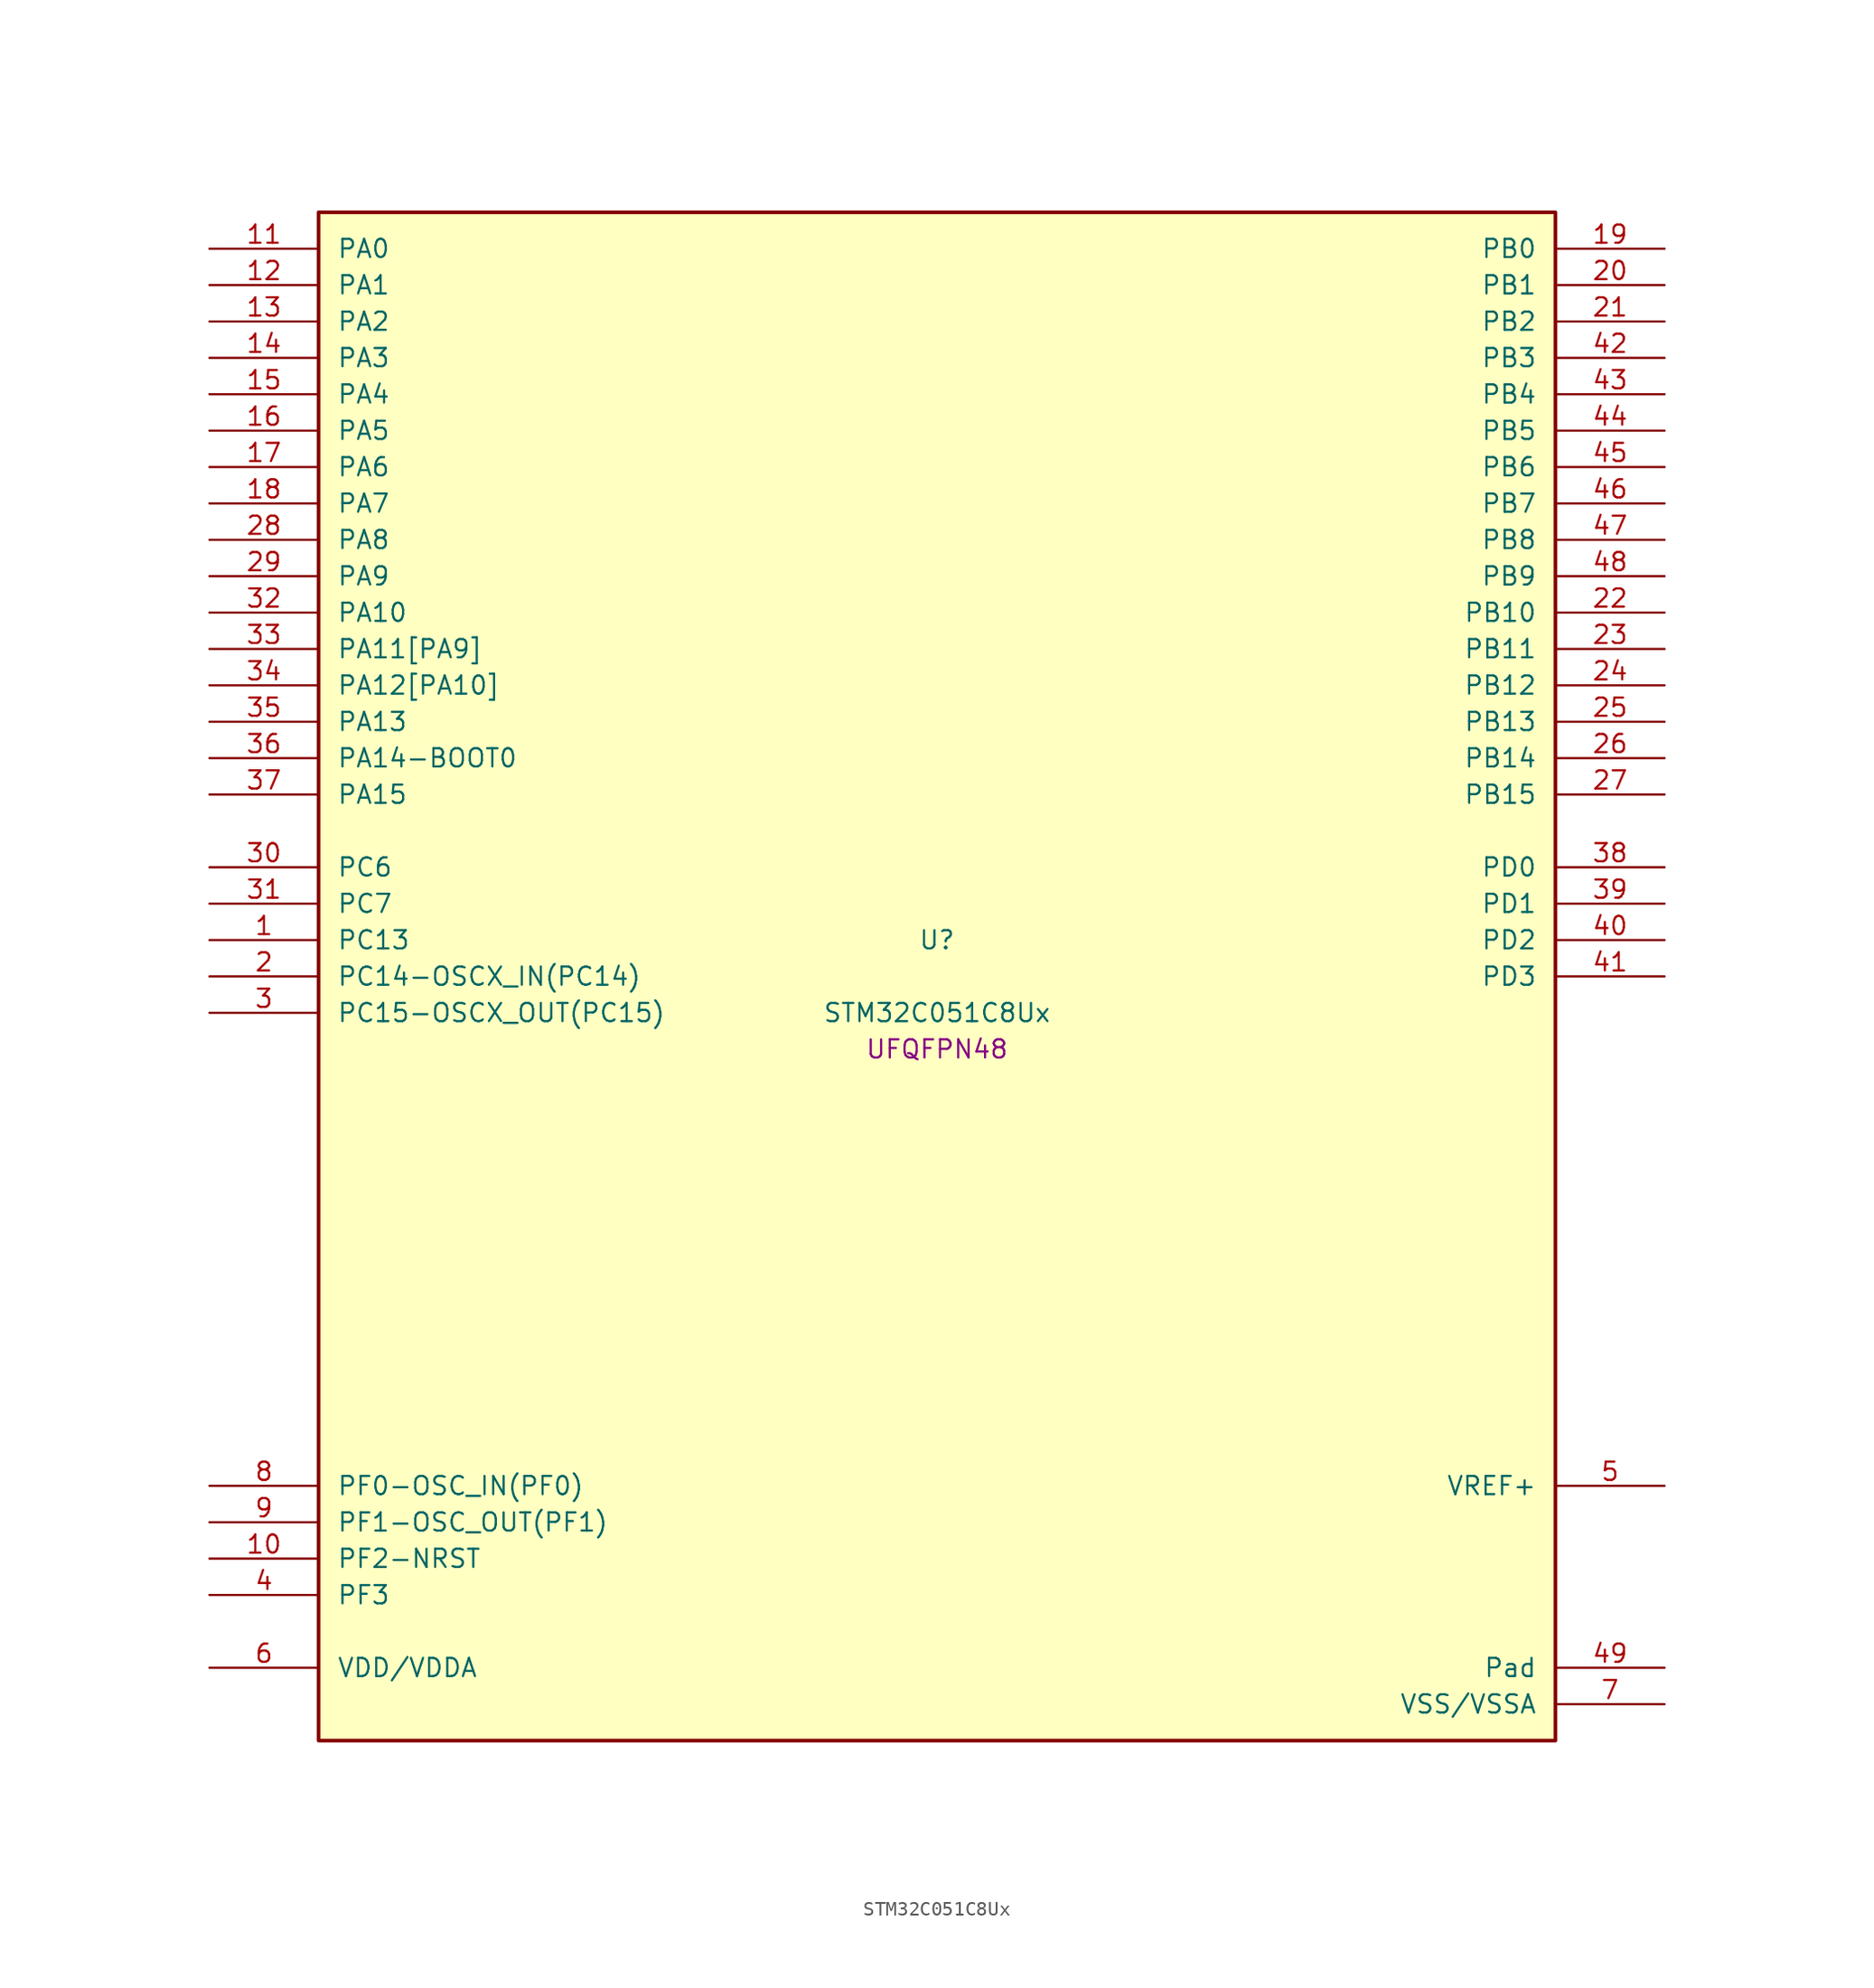
<source format=kicad_sym>
(kicad_symbol_lib
  (version 20241209)
  (generator "stm32_pkl_generator")
  (generator_version "1.0")
  (symbol "STM32C051C8Ux"
    (pin_names
      (offset 1.27))
    (property "Reference" "U"
      (at 0 2.54 0))
    (property "Value" "STM32C051C8Ux"
      (at 0 -2.54 0))
    (property "Footprint" "UFQFPN48"
      (at 0 -5.08 0))
    (symbol "STM32C051C8Ux_1_1"
      (rectangle (start -43.18 53.34) (end 43.18 -53.34) (stroke (width 0.254) (type solid)) (fill (type background)))
      (pin bidirectional line (at -50.8 50.8 0) (length 7.62) (name "PA0") (number "11") (alternate "PA0/ADC1_IN0" bidirectional line) (alternate "PA0/PWR_WKUP1" bidirectional line) (alternate "PA0/SPI2_SCK" bidirectional line) (alternate "PA0/TIM16_CH1" bidirectional line) (alternate "PA0/TIM1_CH1" bidirectional line) (alternate "PA0/TIM2_CH1" bidirectional line) (alternate "PA0/TIM2_ETR" bidirectional line) (alternate "PA0/USART1_TX" bidirectional line) (alternate "PA0/USART2_CTS" bidirectional line) (alternate "PA0/USART2_NSS" bidirectional line))
      (pin bidirectional line (at -50.8 48.26 0) (length 7.62) (name "PA1") (number "12") (alternate "PA1/ADC1_IN1" bidirectional line) (alternate "PA1/I2C1_SMBA" bidirectional line) (alternate "PA1/I2S1_CK" bidirectional line) (alternate "PA1/SPI1_SCK" bidirectional line) (alternate "PA1/TIM17_CH1" bidirectional line) (alternate "PA1/TIM1_CH2" bidirectional line) (alternate "PA1/TIM2_CH2" bidirectional line) (alternate "PA1/USART1_RX" bidirectional line) (alternate "PA1/USART2_CK" bidirectional line) (alternate "PA1/USART2_DE" bidirectional line) (alternate "PA1/USART2_RTS" bidirectional line))
      (pin bidirectional line (at -50.8 45.72 0) (length 7.62) (name "PA2") (number "13") (alternate "PA2/ADC1_IN2" bidirectional line) (alternate "PA2/I2S1_SD" bidirectional line) (alternate "PA2/PWR_WKUP4" bidirectional line) (alternate "PA2/RCC_LSCO" bidirectional line) (alternate "PA2/SPI1_MOSI" bidirectional line) (alternate "PA2/TIM16_CH1N" bidirectional line) (alternate "PA2/TIM1_CH3" bidirectional line) (alternate "PA2/TIM2_CH3" bidirectional line) (alternate "PA2/TIM3_ETR" bidirectional line) (alternate "PA2/USART2_TX" bidirectional line))
      (pin bidirectional line (at -50.8 43.18 0) (length 7.62) (name "PA3") (number "14") (alternate "PA3/ADC1_IN3" bidirectional line) (alternate "PA3/SPI2_MISO" bidirectional line) (alternate "PA3/TIM1_CH1N" bidirectional line) (alternate "PA3/TIM1_CH4" bidirectional line) (alternate "PA3/TIM2_CH4" bidirectional line) (alternate "PA3/USART2_RX" bidirectional line))
      (pin bidirectional line (at -50.8 40.64 0) (length 7.62) (name "PA4") (number "15") (alternate "PA4/ADC1_IN4" bidirectional line) (alternate "PA4/I2S1_WS" bidirectional line) (alternate "PA4/RTC_OUT2" bidirectional line) (alternate "PA4/SPI1_NSS" bidirectional line) (alternate "PA4/SPI2_MOSI" bidirectional line) (alternate "PA4/TIM14_CH1" bidirectional line) (alternate "PA4/TIM17_CH1N" bidirectional line) (alternate "PA4/TIM1_CH2N" bidirectional line) (alternate "PA4/USART2_TX" bidirectional line))
      (pin bidirectional line (at -50.8 38.1 0) (length 7.62) (name "PA5") (number "16") (alternate "PA5/ADC1_IN5" bidirectional line) (alternate "PA5/I2S1_CK" bidirectional line) (alternate "PA5/SPI1_SCK" bidirectional line) (alternate "PA5/TIM1_CH1" bidirectional line) (alternate "PA5/TIM1_CH3N" bidirectional line) (alternate "PA5/TIM2_CH1" bidirectional line) (alternate "PA5/TIM2_ETR" bidirectional line) (alternate "PA5/USART2_RX" bidirectional line))
      (pin bidirectional line (at -50.8 35.56 0) (length 7.62) (name "PA6") (number "17") (alternate "PA6/ADC1_IN6" bidirectional line) (alternate "PA6/I2C2_SDA" bidirectional line) (alternate "PA6/I2S1_MCK" bidirectional line) (alternate "PA6/SPI1_MISO" bidirectional line) (alternate "PA6/TIM16_CH1" bidirectional line) (alternate "PA6/TIM1_BKIN" bidirectional line) (alternate "PA6/TIM3_CH1" bidirectional line) (alternate "PA6/USART1_TX" bidirectional line))
      (pin bidirectional line (at -50.8 33.02 0) (length 7.62) (name "PA7") (number "18") (alternate "PA7/ADC1_IN7" bidirectional line) (alternate "PA7/I2C2_SCL" bidirectional line) (alternate "PA7/I2S1_SD" bidirectional line) (alternate "PA7/SPI1_MOSI" bidirectional line) (alternate "PA7/TIM14_CH1" bidirectional line) (alternate "PA7/TIM17_CH1" bidirectional line) (alternate "PA7/TIM1_CH1N" bidirectional line) (alternate "PA7/TIM3_CH2" bidirectional line) (alternate "PA7/USART1_RX" bidirectional line))
      (pin bidirectional line (at -50.8 30.48 0) (length 7.62) (name "PA8") (number "28") (alternate "PA8/ADC1_IN8" bidirectional line) (alternate "PA8/I2S1_WS" bidirectional line) (alternate "PA8/RCC_MCO" bidirectional line) (alternate "PA8/RCC_MCO_2" bidirectional line) (alternate "PA8/SPI1_NSS" bidirectional line) (alternate "PA8/SPI2_MISO" bidirectional line) (alternate "PA8/SPI2_NSS" bidirectional line) (alternate "PA8/TIM14_CH1" bidirectional line) (alternate "PA8/TIM1_CH1" bidirectional line) (alternate "PA8/TIM1_CH2N" bidirectional line) (alternate "PA8/TIM1_CH3N" bidirectional line) (alternate "PA8/TIM3_CH3" bidirectional line) (alternate "PA8/TIM3_CH4" bidirectional line) (alternate "PA8/USART1_RX" bidirectional line) (alternate "PA8/USART2_TX" bidirectional line))
      (pin bidirectional line (at -50.8 27.94 0) (length 7.62) (name "PA9") (number "29") (alternate "PA9/I2C1_SCL" bidirectional line) (alternate "PA9/I2C2_SCL" bidirectional line) (alternate "PA9/RCC_MCO" bidirectional line) (alternate "PA9/SPI2_MISO" bidirectional line) (alternate "PA9/TIM1_CH2" bidirectional line) (alternate "PA9/TIM3_ETR" bidirectional line) (alternate "PA9/USART1_TX" bidirectional line) (alternate "PA9/NC" bidirectional line))
      (pin bidirectional line (at -50.8 25.4 0) (length 7.62) (name "PA10") (number "32") (alternate "PA10/I2C1_SDA" bidirectional line) (alternate "PA10/I2C2_SDA" bidirectional line) (alternate "PA10/RCC_MCO_2" bidirectional line) (alternate "PA10/SPI2_MOSI" bidirectional line) (alternate "PA10/TIM17_BKIN" bidirectional line) (alternate "PA10/TIM1_CH3" bidirectional line) (alternate "PA10/USART1_RX" bidirectional line) (alternate "PA10/NC" bidirectional line))
      (pin bidirectional line (at -50.8 22.86 0) (length 7.62) (name "PA11[PA9]") (number "33") (alternate "PA11[PA9]/ADC1_EXTI11" bidirectional line) (alternate "PA11[PA9]/ADC1_IN11" bidirectional line) (alternate "PA11[PA9]/I2C2_SCL" bidirectional line) (alternate "PA11[PA9]/I2S1_MCK" bidirectional line) (alternate "PA11[PA9]/SPI1_MISO" bidirectional line) (alternate "PA11[PA9]/TIM1_BKIN2" bidirectional line) (alternate "PA11[PA9]/TIM1_CH4" bidirectional line) (alternate "PA11[PA9]/USART1_CTS" bidirectional line) (alternate "PA11[PA9]/USART1_NSS" bidirectional line) (alternate "PA11[PA9]/PA9[PA11]" bidirectional line) (alternate "PA11[PA9]/I2C1_SCL" bidirectional line) (alternate "PA11[PA9]/RCC_MCO" bidirectional line) (alternate "PA11[PA9]/SPI2_MISO" bidirectional line) (alternate "PA11[PA9]/TIM1_CH2" bidirectional line) (alternate "PA11[PA9]/TIM3_ETR" bidirectional line) (alternate "PA11[PA9]/USART1_TX" bidirectional line))
      (pin bidirectional line (at -50.8 20.32 0) (length 7.62) (name "PA12[PA10]") (number "34") (alternate "PA12[PA10]/ADC1_IN12" bidirectional line) (alternate "PA12[PA10]/I2C2_SDA" bidirectional line) (alternate "PA12[PA10]/I2S1_SD" bidirectional line) (alternate "PA12[PA10]/I2S_CKIN" bidirectional line) (alternate "PA12[PA10]/SPI1_MOSI" bidirectional line) (alternate "PA12[PA10]/TIM1_ETR" bidirectional line) (alternate "PA12[PA10]/USART1_CK" bidirectional line) (alternate "PA12[PA10]/USART1_DE" bidirectional line) (alternate "PA12[PA10]/USART1_RTS" bidirectional line) (alternate "PA12[PA10]/PA10[PA12]" bidirectional line) (alternate "PA12[PA10]/I2C1_SDA" bidirectional line) (alternate "PA12[PA10]/RCC_MCO_2" bidirectional line) (alternate "PA12[PA10]/SPI2_MOSI" bidirectional line) (alternate "PA12[PA10]/TIM17_BKIN" bidirectional line) (alternate "PA12[PA10]/TIM1_CH3" bidirectional line) (alternate "PA12[PA10]/USART1_RX" bidirectional line))
      (pin bidirectional line (at -50.8 17.78 0) (length 7.62) (name "PA13") (number "35") (alternate "PA13/ADC1_IN13" bidirectional line) (alternate "PA13/DEBUG_SWDIO" bidirectional line) (alternate "PA13/IR_OUT" bidirectional line) (alternate "PA13/TIM3_ETR" bidirectional line) (alternate "PA13/USART2_RX" bidirectional line))
      (pin bidirectional line (at -50.8 15.24 0) (length 7.62) (name "PA14-BOOT0") (number "36") (alternate "PA14-BOOT0/ADC1_IN14" bidirectional line) (alternate "PA14-BOOT0/BOOT0" bidirectional line) (alternate "PA14-BOOT0/DEBUG_SWCLK" bidirectional line) (alternate "PA14-BOOT0/I2S1_WS" bidirectional line) (alternate "PA14-BOOT0/RCC_MCO_2" bidirectional line) (alternate "PA14-BOOT0/SPI1_NSS" bidirectional line) (alternate "PA14-BOOT0/TIM1_CH1" bidirectional line) (alternate "PA14-BOOT0/USART1_CK" bidirectional line) (alternate "PA14-BOOT0/USART1_DE" bidirectional line) (alternate "PA14-BOOT0/USART1_RTS" bidirectional line) (alternate "PA14-BOOT0/USART2_RX" bidirectional line) (alternate "PA14-BOOT0/USART2_TX" bidirectional line))
      (pin bidirectional line (at -50.8 12.7 0) (length 7.62) (name "PA15") (number "37") (alternate "PA15/I2S1_WS" bidirectional line) (alternate "PA15/RCC_MCO_2" bidirectional line) (alternate "PA15/SPI1_NSS" bidirectional line) (alternate "PA15/TIM1_CH1" bidirectional line) (alternate "PA15/TIM2_CH1" bidirectional line) (alternate "PA15/TIM2_ETR" bidirectional line) (alternate "PA15/USART1_CK" bidirectional line) (alternate "PA15/USART1_DE" bidirectional line) (alternate "PA15/USART1_RTS" bidirectional line) (alternate "PA15/USART2_RX" bidirectional line))
      (pin bidirectional line (at 50.8 50.8 180) (length 7.62) (name "PB0") (number "19") (alternate "PB0/ADC1_IN17" bidirectional line) (alternate "PB0/I2S1_WS" bidirectional line) (alternate "PB0/SPI1_NSS" bidirectional line) (alternate "PB0/TIM1_CH2N" bidirectional line) (alternate "PB0/TIM3_CH3" bidirectional line))
      (pin bidirectional line (at 50.8 48.26 180) (length 7.62) (name "PB1") (number "20") (alternate "PB1/ADC1_IN18" bidirectional line) (alternate "PB1/TIM14_CH1" bidirectional line) (alternate "PB1/TIM1_CH2N" bidirectional line) (alternate "PB1/TIM1_CH3N" bidirectional line) (alternate "PB1/TIM3_CH4" bidirectional line))
      (pin bidirectional line (at 50.8 45.72 180) (length 7.62) (name "PB2") (number "21") (alternate "PB2/ADC1_IN19" bidirectional line) (alternate "PB2/RCC_MCO_2" bidirectional line) (alternate "PB2/SPI2_MISO" bidirectional line) (alternate "PB2/USART1_RX" bidirectional line))
      (pin bidirectional line (at 50.8 43.18 180) (length 7.62) (name "PB3") (number "42") (alternate "PB3/I2C2_SCL" bidirectional line) (alternate "PB3/I2S1_CK" bidirectional line) (alternate "PB3/SPI1_SCK" bidirectional line) (alternate "PB3/TIM1_CH2" bidirectional line) (alternate "PB3/TIM2_CH2" bidirectional line) (alternate "PB3/TIM3_CH2" bidirectional line) (alternate "PB3/USART1_CK" bidirectional line) (alternate "PB3/USART1_DE" bidirectional line) (alternate "PB3/USART1_RTS" bidirectional line))
      (pin bidirectional line (at 50.8 40.64 180) (length 7.62) (name "PB4") (number "43") (alternate "PB4/I2C2_SDA" bidirectional line) (alternate "PB4/I2S1_MCK" bidirectional line) (alternate "PB4/SPI1_MISO" bidirectional line) (alternate "PB4/TIM17_BKIN" bidirectional line) (alternate "PB4/TIM3_CH1" bidirectional line) (alternate "PB4/USART1_CTS" bidirectional line) (alternate "PB4/USART1_NSS" bidirectional line))
      (pin bidirectional line (at 50.8 38.1 180) (length 7.62) (name "PB5") (number "44") (alternate "PB5/I2C1_SMBA" bidirectional line) (alternate "PB5/I2S1_SD" bidirectional line) (alternate "PB5/PWR_WKUP6" bidirectional line) (alternate "PB5/SPI1_MOSI" bidirectional line) (alternate "PB5/TIM16_BKIN" bidirectional line) (alternate "PB5/TIM3_CH2" bidirectional line) (alternate "PB5/TIM3_CH3" bidirectional line))
      (pin bidirectional line (at 50.8 35.56 180) (length 7.62) (name "PB6") (number "45") (alternate "PB6/I2C1_SCL" bidirectional line) (alternate "PB6/I2C1_SMBA" bidirectional line) (alternate "PB6/I2S1_CK" bidirectional line) (alternate "PB6/I2S1_MCK" bidirectional line) (alternate "PB6/I2S1_SD" bidirectional line) (alternate "PB6/PWR_WKUP3" bidirectional line) (alternate "PB6/SPI1_MISO" bidirectional line) (alternate "PB6/SPI1_MOSI" bidirectional line) (alternate "PB6/SPI1_SCK" bidirectional line) (alternate "PB6/SPI2_MISO" bidirectional line) (alternate "PB6/TIM16_BKIN" bidirectional line) (alternate "PB6/TIM16_CH1N" bidirectional line) (alternate "PB6/TIM17_BKIN" bidirectional line) (alternate "PB6/TIM1_CH2" bidirectional line) (alternate "PB6/TIM1_CH3" bidirectional line) (alternate "PB6/TIM3_CH1" bidirectional line) (alternate "PB6/TIM3_CH2" bidirectional line) (alternate "PB6/TIM3_CH3" bidirectional line) (alternate "PB6/USART1_CTS" bidirectional line) (alternate "PB6/USART1_NSS" bidirectional line) (alternate "PB6/USART1_TX" bidirectional line))
      (pin bidirectional line (at 50.8 33.02 180) (length 7.62) (name "PB7") (number "46") (alternate "PB7/I2C1_SCL" bidirectional line) (alternate "PB7/I2C1_SDA" bidirectional line) (alternate "PB7/SPI2_MOSI" bidirectional line) (alternate "PB7/TIM16_CH1" bidirectional line) (alternate "PB7/TIM17_CH1N" bidirectional line) (alternate "PB7/TIM1_CH1" bidirectional line) (alternate "PB7/TIM1_CH4" bidirectional line) (alternate "PB7/TIM3_CH1" bidirectional line) (alternate "PB7/TIM3_CH4" bidirectional line) (alternate "PB7/USART1_RX" bidirectional line) (alternate "PB7/USART2_CTS" bidirectional line) (alternate "PB7/USART2_NSS" bidirectional line))
      (pin bidirectional line (at 50.8 30.48 180) (length 7.62) (name "PB8") (number "47") (alternate "PB8/I2C1_SCL" bidirectional line) (alternate "PB8/SPI2_SCK" bidirectional line) (alternate "PB8/TIM16_CH1" bidirectional line) (alternate "PB8/TIM3_CH1" bidirectional line) (alternate "PB8/USART2_CTS" bidirectional line) (alternate "PB8/USART2_NSS" bidirectional line))
      (pin bidirectional line (at 50.8 27.94 180) (length 7.62) (name "PB9") (number "48") (alternate "PB9/I2C1_SDA" bidirectional line) (alternate "PB9/IR_OUT" bidirectional line) (alternate "PB9/SPI2_NSS" bidirectional line) (alternate "PB9/TIM17_CH1" bidirectional line) (alternate "PB9/TIM3_CH2" bidirectional line) (alternate "PB9/USART2_CK" bidirectional line) (alternate "PB9/USART2_DE" bidirectional line) (alternate "PB9/USART2_RTS" bidirectional line))
      (pin bidirectional line (at 50.8 25.4 180) (length 7.62) (name "PB10") (number "22") (alternate "PB10/ADC1_IN20" bidirectional line) (alternate "PB10/I2C2_SCL" bidirectional line) (alternate "PB10/SPI2_SCK" bidirectional line) (alternate "PB10/TIM2_CH3" bidirectional line))
      (pin bidirectional line (at 50.8 22.86 180) (length 7.62) (name "PB11") (number "23") (alternate "PB11/ADC1_EXTI11" bidirectional line) (alternate "PB11/ADC1_IN21" bidirectional line) (alternate "PB11/I2C2_SDA" bidirectional line) (alternate "PB11/SPI2_MOSI" bidirectional line) (alternate "PB11/TIM2_CH4" bidirectional line))
      (pin bidirectional line (at 50.8 20.32 180) (length 7.62) (name "PB12") (number "24") (alternate "PB12/ADC1_IN22" bidirectional line) (alternate "PB12/SPI2_NSS" bidirectional line) (alternate "PB12/TIM1_BKIN" bidirectional line) (alternate "PB12/TIM1_BKIN2" bidirectional line))
      (pin bidirectional line (at 50.8 17.78 180) (length 7.62) (name "PB13") (number "25") (alternate "PB13/I2C2_SCL" bidirectional line) (alternate "PB13/SPI2_SCK" bidirectional line) (alternate "PB13/TIM1_CH1N" bidirectional line))
      (pin bidirectional line (at 50.8 15.24 180) (length 7.62) (name "PB14") (number "26") (alternate "PB14/I2C2_SDA" bidirectional line) (alternate "PB14/SPI2_MISO" bidirectional line) (alternate "PB14/TIM1_CH2N" bidirectional line))
      (pin bidirectional line (at 50.8 12.7 180) (length 7.62) (name "PB15") (number "27") (alternate "PB15/RTC_REFIN" bidirectional line) (alternate "PB15/SPI2_MOSI" bidirectional line) (alternate "PB15/TIM1_CH3N" bidirectional line))
      (pin bidirectional line (at -50.8 7.62 0) (length 7.62) (name "PC6") (number "30") (alternate "PC6/TIM2_CH3" bidirectional line) (alternate "PC6/TIM3_CH1" bidirectional line))
      (pin bidirectional line (at -50.8 5.08 0) (length 7.62) (name "PC7") (number "31") (alternate "PC7/TIM2_CH4" bidirectional line) (alternate "PC7/TIM3_CH2" bidirectional line))
      (pin bidirectional line (at -50.8 2.54 0) (length 7.62) (name "PC13") (number "1") (alternate "PC13/PWR_WKUP2" bidirectional line) (alternate "PC13/RTC_OUT1" bidirectional line) (alternate "PC13/RTC_TS" bidirectional line) (alternate "PC13/TIM1_BKIN" bidirectional line) (alternate "PC13/TIM1_ETR" bidirectional line))
      (pin bidirectional line (at -50.8 0 0) (length 7.62) (name "PC14-OSCX_IN(PC14)") (number "2") (alternate "PC14-OSCX_IN(PC14)/I2C1_SDA" bidirectional line) (alternate "PC14-OSCX_IN(PC14)/IR_OUT" bidirectional line) (alternate "PC14-OSCX_IN(PC14)/RCC_OSCX_IN" bidirectional line) (alternate "PC14-OSCX_IN(PC14)/SPI2_NSS" bidirectional line) (alternate "PC14-OSCX_IN(PC14)/TIM17_CH1" bidirectional line) (alternate "PC14-OSCX_IN(PC14)/TIM1_BKIN2" bidirectional line) (alternate "PC14-OSCX_IN(PC14)/TIM1_ETR" bidirectional line) (alternate "PC14-OSCX_IN(PC14)/TIM3_CH2" bidirectional line) (alternate "PC14-OSCX_IN(PC14)/USART1_RX" bidirectional line) (alternate "PC14-OSCX_IN(PC14)/USART1_TX" bidirectional line) (alternate "PC14-OSCX_IN(PC14)/USART2_CK" bidirectional line) (alternate "PC14-OSCX_IN(PC14)/USART2_DE" bidirectional line) (alternate "PC14-OSCX_IN(PC14)/USART2_RTS" bidirectional line))
      (pin bidirectional line (at -50.8 -2.54 0) (length 7.62) (name "PC15-OSCX_OUT(PC15)") (number "3") (alternate "PC15-OSCX_OUT(PC15)/RCC_OSC32_EN" bidirectional line) (alternate "PC15-OSCX_OUT(PC15)/RCC_OSCX_OUT" bidirectional line) (alternate "PC15-OSCX_OUT(PC15)/RCC_OSC_EN" bidirectional line) (alternate "PC15-OSCX_OUT(PC15)/TIM1_CH2" bidirectional line) (alternate "PC15-OSCX_OUT(PC15)/TIM1_ETR" bidirectional line) (alternate "PC15-OSCX_OUT(PC15)/TIM3_CH3" bidirectional line))
      (pin bidirectional line (at 50.8 7.62 180) (length 7.62) (name "PD0") (number "38") (alternate "PD0/SPI2_NSS" bidirectional line) (alternate "PD0/TIM16_CH1" bidirectional line))
      (pin bidirectional line (at 50.8 5.08 180) (length 7.62) (name "PD1") (number "39") (alternate "PD1/SPI2_SCK" bidirectional line) (alternate "PD1/TIM17_CH1" bidirectional line))
      (pin bidirectional line (at 50.8 2.54 180) (length 7.62) (name "PD2") (number "40") (alternate "PD2/TIM1_CH1N" bidirectional line) (alternate "PD2/TIM3_ETR" bidirectional line))
      (pin bidirectional line (at 50.8 0 180) (length 7.62) (name "PD3") (number "41") (alternate "PD3/SPI2_MISO" bidirectional line) (alternate "PD3/TIM1_CH2N" bidirectional line) (alternate "PD3/USART2_CTS" bidirectional line) (alternate "PD3/USART2_NSS" bidirectional line))
      (pin bidirectional line (at -50.8 -35.56 0) (length 7.62) (name "PF0-OSC_IN(PF0)") (number "8") (alternate "PF0-OSC_IN(PF0)/RCC_OSC_IN" bidirectional line) (alternate "PF0-OSC_IN(PF0)/TIM14_CH1" bidirectional line))
      (pin bidirectional line (at -50.8 -38.1 0) (length 7.62) (name "PF1-OSC_OUT(PF1)") (number "9") (alternate "PF1-OSC_OUT(PF1)/RCC_OSC_EN" bidirectional line) (alternate "PF1-OSC_OUT(PF1)/RCC_OSC_OUT" bidirectional line))
      (pin bidirectional line (at -50.8 -40.64 0) (length 7.62) (name "PF2-NRST") (number "10") (alternate "PF2-NRST/RCC_MCO" bidirectional line) (alternate "PF2-NRST/TIM1_CH4" bidirectional line))
      (pin bidirectional line (at -50.8 -43.18 0) (length 7.62) (name "PF3") (number "4"))
      (pin bidirectional line (at 50.8 -35.56 180) (length 7.62) (name "VREF+") (number "5"))
      (pin power_in line (at -50.8 -48.26 0) (length 7.62) (name "VDD/VDDA") (number "6"))
      (pin passive line (at 50.8 -48.26 180) (length 7.62) (name "Pad") (number "49"))
      (pin power_in line (at 50.8 -50.8 180) (length 7.62) (name "VSS/VSSA") (number "7")))))
</source>
